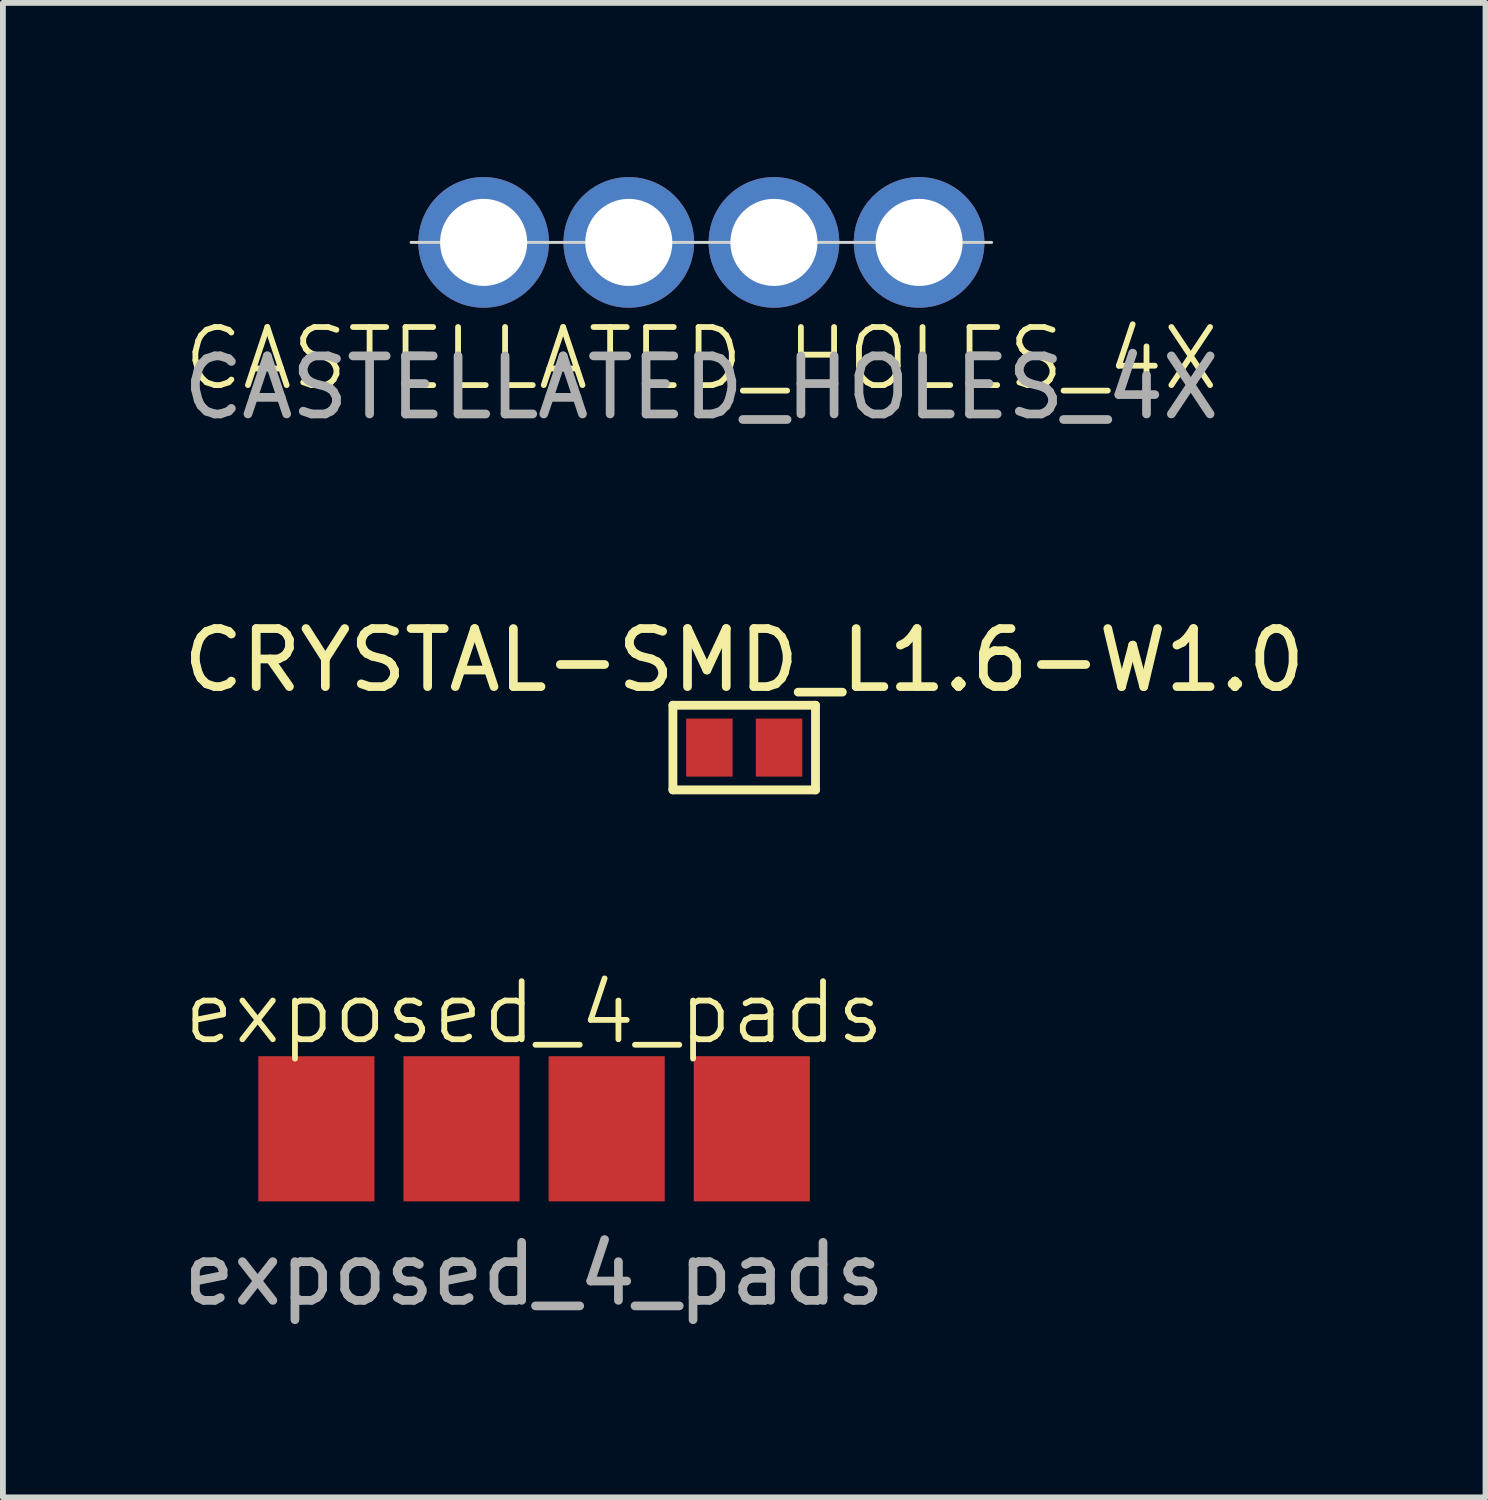
<source format=kicad_pcb>
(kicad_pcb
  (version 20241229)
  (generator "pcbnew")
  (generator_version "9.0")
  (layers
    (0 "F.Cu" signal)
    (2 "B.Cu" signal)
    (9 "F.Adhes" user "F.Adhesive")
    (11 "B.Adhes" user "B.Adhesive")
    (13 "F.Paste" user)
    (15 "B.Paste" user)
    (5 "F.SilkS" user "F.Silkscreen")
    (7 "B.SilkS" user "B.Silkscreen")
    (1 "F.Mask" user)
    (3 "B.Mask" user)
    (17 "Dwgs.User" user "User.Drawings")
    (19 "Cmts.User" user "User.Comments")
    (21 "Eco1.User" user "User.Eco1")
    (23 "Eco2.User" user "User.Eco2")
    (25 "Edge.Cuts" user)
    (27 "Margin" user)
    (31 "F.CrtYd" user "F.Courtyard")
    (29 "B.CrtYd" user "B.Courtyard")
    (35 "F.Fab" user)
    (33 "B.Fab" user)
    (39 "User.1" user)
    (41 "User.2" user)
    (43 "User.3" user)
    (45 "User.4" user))
  (footprint "exposed_4_pads"
    (layer "F.Cu")
    (at 6.149 16.392)
    (property "Reference" "exposed_4_pads" (at 0 -2 0) (unlocked yes) (layer "F.SilkS") (effects (font (size 1 1) (thickness 0.1))))
    (attr smd)
    (fp_text user "${REFERENCE}" (at 0 2.5 0) (unlocked yes) (layer "F.Fab") (effects (font (size 1 1) (thickness 0.15))))
    (pad "1" smd rect (at -3.75 0) (size 2 2.5) (layers "F.Cu" "F.Mask" "F.Paste"))
    (pad "2" smd rect (at -1.25 0) (size 2 2.5) (layers "F.Cu" "F.Mask" "F.Paste"))
    (pad "3" smd rect (at 1.25 0) (size 2 2.5) (layers "F.Cu" "F.Mask" "F.Paste"))
    (pad "4" smd rect (at 3.75 0) (size 2 2.5) (layers "F.Cu" "F.Mask" "F.Paste")))
  (footprint "CASTELLATED_HOLES_4X"
    (layer "F.Cu")
    (at 9.03 1.125)
    (property "Reference" "CASTELLATED_HOLES_4X" (at 0 2 0) (unlocked yes) (layer "F.SilkS") (effects (font (size 1 1) (thickness 0.1))))
    (attr smd)
    (fp_line (start -5 0) (end 5 0) (stroke (width 0.05) (type default)) (layer "Edge.Cuts"))
    (fp_text user "${REFERENCE}" (at 0 2.5 0) (unlocked yes) (layer "F.Fab") (effects (font (size 1 1) (thickness 0.15))))
    (pad "1" thru_hole circle (at -3.75 0) (size 2.25 2.25) (drill 1.5) (layers "*.Cu" "*.Mask"))
    (pad "2" thru_hole circle (at -1.25 0) (size 2.25 2.25) (drill 1.5) (layers "*.Cu" "*.Mask"))
    (pad "3" thru_hole circle (at 1.25 0) (size 2.25 2.25) (drill 1.5) (layers "*.Cu" "*.Mask"))
    (pad "4" thru_hole circle (at 3.75 0) (size 2.25 2.25) (drill 1.5) (layers "*.Cu" "*.Mask")))
  (footprint "CRYSTAL-SMD_L1.6-W1.0"
    (layer "F.Cu")
    (at 9.768 9.826)
    (property "Reference" "CRYSTAL-SMD_L1.6-W1.0" (at 0 -1.505 0) (layer "F.SilkS") (effects (font (size 1 1) (thickness 0.15))))
    (fp_line (start -1.228 -0.729) (end 1.228 -0.729) (stroke (width 0.152) (type default)) (layer "F.SilkS"))
    (fp_line (start -1.228 0.729) (end -1.228 -0.729) (stroke (width 0.152) (type default)) (layer "F.SilkS"))
    (fp_line (start 1.228 -0.729) (end 1.228 0.729) (stroke (width 0.152) (type default)) (layer "F.SilkS"))
    (fp_line (start 1.228 0.729) (end -1.228 0.729) (stroke (width 0.152) (type default)) (layer "F.SilkS"))
    (fp_poly (pts (xy -0.3 0.4) (xy -0.3 -0.4) (xy -0.7 -0.4) (xy -0.7 0.4)) (stroke (width 0.1) (type default)) (fill no) (layer "User.1"))
    (fp_poly (pts (xy 0.3 0.4) (xy 0.3 -0.4) (xy 0.7 -0.4) (xy 0.7 0.4)) (stroke (width 0.1) (type default)) (fill no) (layer "User.1"))
    (fp_line (start -0.8 -0.5) (end 0.8 -0.5) (stroke (width 0.051) (type default)) (layer "User.2"))
    (fp_line (start -0.8 0.5) (end -0.8 -0.5) (stroke (width 0.051) (type default)) (layer "User.2"))
    (fp_line (start 0.8 -0.5) (end 0.8 0.5) (stroke (width 0.051) (type default)) (layer "User.2"))
    (fp_line (start 0.8 0.5) (end -0.8 0.5) (stroke (width 0.051) (type default)) (layer "User.2"))
    (fp_poly (pts (xy -0.745 0.477) (xy -0.777 0.445) (xy -0.823 0.445) (xy -0.855 0.477) (xy -0.855 0.523) (xy -0.823 0.555) (xy -0.777 0.555) (xy -0.745 0.523)) (stroke (width 0.1) (type default)) (fill no) (layer "User.3"))
    (pad "1" smd rect (at -0.6 0) (size 0.8 1) (layers "F.Cu" "F.Mask" "F.Paste"))
    (pad "2" smd rect (at 0.6 0) (size 0.8 1) (layers "F.Cu" "F.Mask" "F.Paste")))
  (gr_rect
    (start -3 -3)
    (end 22.536 22.74)
    (stroke (width 0.1) (type default))
    (fill no)
    (layer "Edge.Cuts")))
</source>
